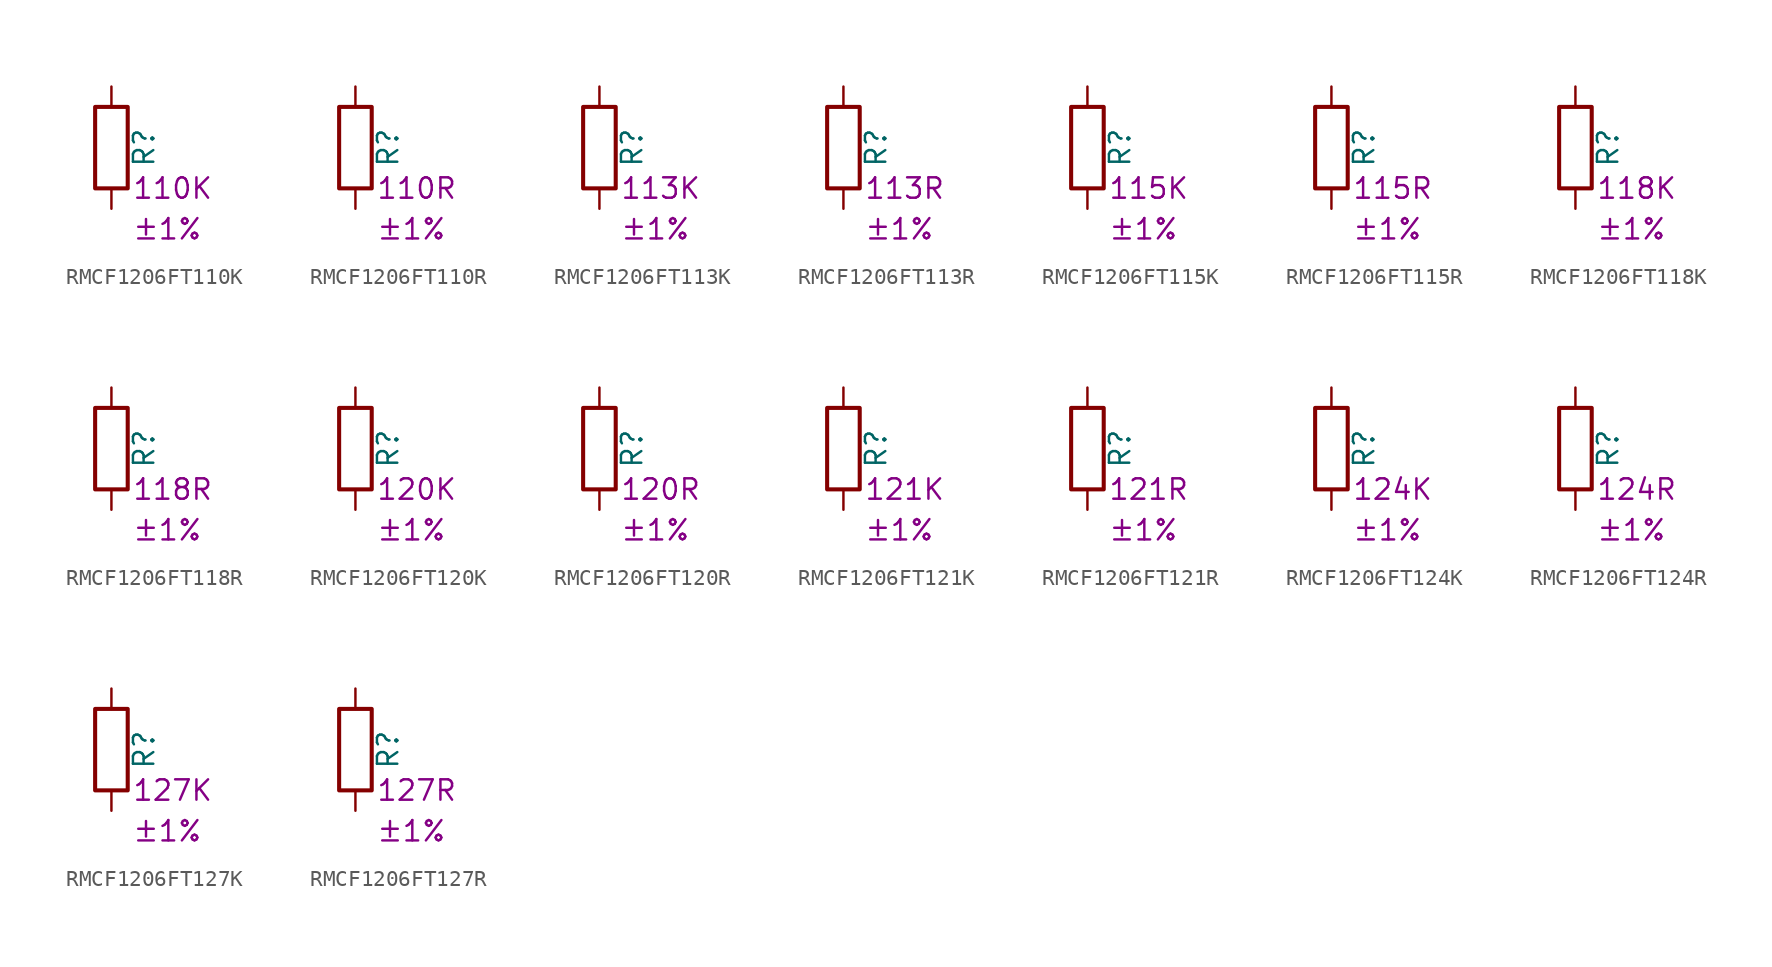
<source format=kicad_sym>
(kicad_symbol_lib
  (version 20220914)
  (generator kicad_symbol_editor)
  (symbol "RMCF1206FT110K"
    (pin_numbers hide)
    (pin_names
      (offset 0))
    (property "Reference" "R"
      (at 2.032 0 90)
      (effects (font (size 1.27 1.27))))
    (property "Resistance" "110K"
      (at 1.27 -2.54 0)
      (effects (font (size 1.27 1.27)) (justify left)))
    (property "Tolerance" "±1%"
      (at 1.27 -5.08 0)
      (effects (font (size 1.27 1.27)) (justify left)))
    (symbol "RMCF1206FT110K_0_1"
      (rectangle (start -1.016 -2.54) (end 1.016 2.54) (stroke (width 0.254) (type default)) (fill (type none))))
    (symbol "RMCF1206FT110K_1_1"
      (pin passive line (at 0 3.81 270) (length 1.27) (name "~" (effects (font (size 1.27 1.27)))) (number "1" (effects (font (size 1.27 1.27)))))
      (pin passive line (at 0 -3.81 90) (length 1.27) (name "~" (effects (font (size 1.27 1.27)))) (number "2" (effects (font (size 1.27 1.27)))))))
  (symbol "RMCF1206FT110R"
    (pin_numbers hide)
    (pin_names
      (offset 0))
    (property "Reference" "R"
      (at 2.032 0 90)
      (effects (font (size 1.27 1.27))))
    (property "Resistance" "110R"
      (at 1.27 -2.54 0)
      (effects (font (size 1.27 1.27)) (justify left)))
    (property "Tolerance" "±1%"
      (at 1.27 -5.08 0)
      (effects (font (size 1.27 1.27)) (justify left)))
    (symbol "RMCF1206FT110R_0_1"
      (rectangle (start -1.016 -2.54) (end 1.016 2.54) (stroke (width 0.254) (type default)) (fill (type none))))
    (symbol "RMCF1206FT110R_1_1"
      (pin passive line (at 0 3.81 270) (length 1.27) (name "~" (effects (font (size 1.27 1.27)))) (number "1" (effects (font (size 1.27 1.27)))))
      (pin passive line (at 0 -3.81 90) (length 1.27) (name "~" (effects (font (size 1.27 1.27)))) (number "2" (effects (font (size 1.27 1.27)))))))
  (symbol "RMCF1206FT113K"
    (pin_numbers hide)
    (pin_names
      (offset 0))
    (property "Reference" "R"
      (at 2.032 0 90)
      (effects (font (size 1.27 1.27))))
    (property "Resistance" "113K"
      (at 1.27 -2.54 0)
      (effects (font (size 1.27 1.27)) (justify left)))
    (property "Tolerance" "±1%"
      (at 1.27 -5.08 0)
      (effects (font (size 1.27 1.27)) (justify left)))
    (symbol "RMCF1206FT113K_0_1"
      (rectangle (start -1.016 -2.54) (end 1.016 2.54) (stroke (width 0.254) (type default)) (fill (type none))))
    (symbol "RMCF1206FT113K_1_1"
      (pin passive line (at 0 3.81 270) (length 1.27) (name "~" (effects (font (size 1.27 1.27)))) (number "1" (effects (font (size 1.27 1.27)))))
      (pin passive line (at 0 -3.81 90) (length 1.27) (name "~" (effects (font (size 1.27 1.27)))) (number "2" (effects (font (size 1.27 1.27)))))))
  (symbol "RMCF1206FT113R"
    (pin_numbers hide)
    (pin_names
      (offset 0))
    (property "Reference" "R"
      (at 2.032 0 90)
      (effects (font (size 1.27 1.27))))
    (property "Resistance" "113R"
      (at 1.27 -2.54 0)
      (effects (font (size 1.27 1.27)) (justify left)))
    (property "Tolerance" "±1%"
      (at 1.27 -5.08 0)
      (effects (font (size 1.27 1.27)) (justify left)))
    (symbol "RMCF1206FT113R_0_1"
      (rectangle (start -1.016 -2.54) (end 1.016 2.54) (stroke (width 0.254) (type default)) (fill (type none))))
    (symbol "RMCF1206FT113R_1_1"
      (pin passive line (at 0 3.81 270) (length 1.27) (name "~" (effects (font (size 1.27 1.27)))) (number "1" (effects (font (size 1.27 1.27)))))
      (pin passive line (at 0 -3.81 90) (length 1.27) (name "~" (effects (font (size 1.27 1.27)))) (number "2" (effects (font (size 1.27 1.27)))))))
  (symbol "RMCF1206FT115K"
    (pin_numbers hide)
    (pin_names
      (offset 0))
    (property "Reference" "R"
      (at 2.032 0 90)
      (effects (font (size 1.27 1.27))))
    (property "Resistance" "115K"
      (at 1.27 -2.54 0)
      (effects (font (size 1.27 1.27)) (justify left)))
    (property "Tolerance" "±1%"
      (at 1.27 -5.08 0)
      (effects (font (size 1.27 1.27)) (justify left)))
    (symbol "RMCF1206FT115K_0_1"
      (rectangle (start -1.016 -2.54) (end 1.016 2.54) (stroke (width 0.254) (type default)) (fill (type none))))
    (symbol "RMCF1206FT115K_1_1"
      (pin passive line (at 0 3.81 270) (length 1.27) (name "~" (effects (font (size 1.27 1.27)))) (number "1" (effects (font (size 1.27 1.27)))))
      (pin passive line (at 0 -3.81 90) (length 1.27) (name "~" (effects (font (size 1.27 1.27)))) (number "2" (effects (font (size 1.27 1.27)))))))
  (symbol "RMCF1206FT115R"
    (pin_numbers hide)
    (pin_names
      (offset 0))
    (property "Reference" "R"
      (at 2.032 0 90)
      (effects (font (size 1.27 1.27))))
    (property "Resistance" "115R"
      (at 1.27 -2.54 0)
      (effects (font (size 1.27 1.27)) (justify left)))
    (property "Tolerance" "±1%"
      (at 1.27 -5.08 0)
      (effects (font (size 1.27 1.27)) (justify left)))
    (symbol "RMCF1206FT115R_0_1"
      (rectangle (start -1.016 -2.54) (end 1.016 2.54) (stroke (width 0.254) (type default)) (fill (type none))))
    (symbol "RMCF1206FT115R_1_1"
      (pin passive line (at 0 3.81 270) (length 1.27) (name "~" (effects (font (size 1.27 1.27)))) (number "1" (effects (font (size 1.27 1.27)))))
      (pin passive line (at 0 -3.81 90) (length 1.27) (name "~" (effects (font (size 1.27 1.27)))) (number "2" (effects (font (size 1.27 1.27)))))))
  (symbol "RMCF1206FT118K"
    (pin_numbers hide)
    (pin_names
      (offset 0))
    (property "Reference" "R"
      (at 2.032 0 90)
      (effects (font (size 1.27 1.27))))
    (property "Resistance" "118K"
      (at 1.27 -2.54 0)
      (effects (font (size 1.27 1.27)) (justify left)))
    (property "Tolerance" "±1%"
      (at 1.27 -5.08 0)
      (effects (font (size 1.27 1.27)) (justify left)))
    (symbol "RMCF1206FT118K_0_1"
      (rectangle (start -1.016 -2.54) (end 1.016 2.54) (stroke (width 0.254) (type default)) (fill (type none))))
    (symbol "RMCF1206FT118K_1_1"
      (pin passive line (at 0 3.81 270) (length 1.27) (name "~" (effects (font (size 1.27 1.27)))) (number "1" (effects (font (size 1.27 1.27)))))
      (pin passive line (at 0 -3.81 90) (length 1.27) (name "~" (effects (font (size 1.27 1.27)))) (number "2" (effects (font (size 1.27 1.27)))))))
  (symbol "RMCF1206FT118R"
    (pin_numbers hide)
    (pin_names
      (offset 0))
    (property "Reference" "R"
      (at 2.032 0 90)
      (effects (font (size 1.27 1.27))))
    (property "Resistance" "118R"
      (at 1.27 -2.54 0)
      (effects (font (size 1.27 1.27)) (justify left)))
    (property "Tolerance" "±1%"
      (at 1.27 -5.08 0)
      (effects (font (size 1.27 1.27)) (justify left)))
    (symbol "RMCF1206FT118R_0_1"
      (rectangle (start -1.016 -2.54) (end 1.016 2.54) (stroke (width 0.254) (type default)) (fill (type none))))
    (symbol "RMCF1206FT118R_1_1"
      (pin passive line (at 0 3.81 270) (length 1.27) (name "~" (effects (font (size 1.27 1.27)))) (number "1" (effects (font (size 1.27 1.27)))))
      (pin passive line (at 0 -3.81 90) (length 1.27) (name "~" (effects (font (size 1.27 1.27)))) (number "2" (effects (font (size 1.27 1.27)))))))
  (symbol "RMCF1206FT120K"
    (pin_numbers hide)
    (pin_names
      (offset 0))
    (property "Reference" "R"
      (at 2.032 0 90)
      (effects (font (size 1.27 1.27))))
    (property "Resistance" "120K"
      (at 1.27 -2.54 0)
      (effects (font (size 1.27 1.27)) (justify left)))
    (property "Tolerance" "±1%"
      (at 1.27 -5.08 0)
      (effects (font (size 1.27 1.27)) (justify left)))
    (symbol "RMCF1206FT120K_0_1"
      (rectangle (start -1.016 -2.54) (end 1.016 2.54) (stroke (width 0.254) (type default)) (fill (type none))))
    (symbol "RMCF1206FT120K_1_1"
      (pin passive line (at 0 3.81 270) (length 1.27) (name "~" (effects (font (size 1.27 1.27)))) (number "1" (effects (font (size 1.27 1.27)))))
      (pin passive line (at 0 -3.81 90) (length 1.27) (name "~" (effects (font (size 1.27 1.27)))) (number "2" (effects (font (size 1.27 1.27)))))))
  (symbol "RMCF1206FT120R"
    (pin_numbers hide)
    (pin_names
      (offset 0))
    (property "Reference" "R"
      (at 2.032 0 90)
      (effects (font (size 1.27 1.27))))
    (property "Resistance" "120R"
      (at 1.27 -2.54 0)
      (effects (font (size 1.27 1.27)) (justify left)))
    (property "Tolerance" "±1%"
      (at 1.27 -5.08 0)
      (effects (font (size 1.27 1.27)) (justify left)))
    (symbol "RMCF1206FT120R_0_1"
      (rectangle (start -1.016 -2.54) (end 1.016 2.54) (stroke (width 0.254) (type default)) (fill (type none))))
    (symbol "RMCF1206FT120R_1_1"
      (pin passive line (at 0 3.81 270) (length 1.27) (name "~" (effects (font (size 1.27 1.27)))) (number "1" (effects (font (size 1.27 1.27)))))
      (pin passive line (at 0 -3.81 90) (length 1.27) (name "~" (effects (font (size 1.27 1.27)))) (number "2" (effects (font (size 1.27 1.27)))))))
  (symbol "RMCF1206FT121K"
    (pin_numbers hide)
    (pin_names
      (offset 0))
    (property "Reference" "R"
      (at 2.032 0 90)
      (effects (font (size 1.27 1.27))))
    (property "Resistance" "121K"
      (at 1.27 -2.54 0)
      (effects (font (size 1.27 1.27)) (justify left)))
    (property "Tolerance" "±1%"
      (at 1.27 -5.08 0)
      (effects (font (size 1.27 1.27)) (justify left)))
    (symbol "RMCF1206FT121K_0_1"
      (rectangle (start -1.016 -2.54) (end 1.016 2.54) (stroke (width 0.254) (type default)) (fill (type none))))
    (symbol "RMCF1206FT121K_1_1"
      (pin passive line (at 0 3.81 270) (length 1.27) (name "~" (effects (font (size 1.27 1.27)))) (number "1" (effects (font (size 1.27 1.27)))))
      (pin passive line (at 0 -3.81 90) (length 1.27) (name "~" (effects (font (size 1.27 1.27)))) (number "2" (effects (font (size 1.27 1.27)))))))
  (symbol "RMCF1206FT121R"
    (pin_numbers hide)
    (pin_names
      (offset 0))
    (property "Reference" "R"
      (at 2.032 0 90)
      (effects (font (size 1.27 1.27))))
    (property "Resistance" "121R"
      (at 1.27 -2.54 0)
      (effects (font (size 1.27 1.27)) (justify left)))
    (property "Tolerance" "±1%"
      (at 1.27 -5.08 0)
      (effects (font (size 1.27 1.27)) (justify left)))
    (symbol "RMCF1206FT121R_0_1"
      (rectangle (start -1.016 -2.54) (end 1.016 2.54) (stroke (width 0.254) (type default)) (fill (type none))))
    (symbol "RMCF1206FT121R_1_1"
      (pin passive line (at 0 3.81 270) (length 1.27) (name "~" (effects (font (size 1.27 1.27)))) (number "1" (effects (font (size 1.27 1.27)))))
      (pin passive line (at 0 -3.81 90) (length 1.27) (name "~" (effects (font (size 1.27 1.27)))) (number "2" (effects (font (size 1.27 1.27)))))))
  (symbol "RMCF1206FT124K"
    (pin_numbers hide)
    (pin_names
      (offset 0))
    (property "Reference" "R"
      (at 2.032 0 90)
      (effects (font (size 1.27 1.27))))
    (property "Resistance" "124K"
      (at 1.27 -2.54 0)
      (effects (font (size 1.27 1.27)) (justify left)))
    (property "Tolerance" "±1%"
      (at 1.27 -5.08 0)
      (effects (font (size 1.27 1.27)) (justify left)))
    (symbol "RMCF1206FT124K_0_1"
      (rectangle (start -1.016 -2.54) (end 1.016 2.54) (stroke (width 0.254) (type default)) (fill (type none))))
    (symbol "RMCF1206FT124K_1_1"
      (pin passive line (at 0 3.81 270) (length 1.27) (name "~" (effects (font (size 1.27 1.27)))) (number "1" (effects (font (size 1.27 1.27)))))
      (pin passive line (at 0 -3.81 90) (length 1.27) (name "~" (effects (font (size 1.27 1.27)))) (number "2" (effects (font (size 1.27 1.27)))))))
  (symbol "RMCF1206FT124R"
    (pin_numbers hide)
    (pin_names
      (offset 0))
    (property "Reference" "R"
      (at 2.032 0 90)
      (effects (font (size 1.27 1.27))))
    (property "Resistance" "124R"
      (at 1.27 -2.54 0)
      (effects (font (size 1.27 1.27)) (justify left)))
    (property "Tolerance" "±1%"
      (at 1.27 -5.08 0)
      (effects (font (size 1.27 1.27)) (justify left)))
    (symbol "RMCF1206FT124R_0_1"
      (rectangle (start -1.016 -2.54) (end 1.016 2.54) (stroke (width 0.254) (type default)) (fill (type none))))
    (symbol "RMCF1206FT124R_1_1"
      (pin passive line (at 0 3.81 270) (length 1.27) (name "~" (effects (font (size 1.27 1.27)))) (number "1" (effects (font (size 1.27 1.27)))))
      (pin passive line (at 0 -3.81 90) (length 1.27) (name "~" (effects (font (size 1.27 1.27)))) (number "2" (effects (font (size 1.27 1.27)))))))
  (symbol "RMCF1206FT127K"
    (pin_numbers hide)
    (pin_names
      (offset 0))
    (property "Reference" "R"
      (at 2.032 0 90)
      (effects (font (size 1.27 1.27))))
    (property "Resistance" "127K"
      (at 1.27 -2.54 0)
      (effects (font (size 1.27 1.27)) (justify left)))
    (property "Tolerance" "±1%"
      (at 1.27 -5.08 0)
      (effects (font (size 1.27 1.27)) (justify left)))
    (symbol "RMCF1206FT127K_0_1"
      (rectangle (start -1.016 -2.54) (end 1.016 2.54) (stroke (width 0.254) (type default)) (fill (type none))))
    (symbol "RMCF1206FT127K_1_1"
      (pin passive line (at 0 3.81 270) (length 1.27) (name "~" (effects (font (size 1.27 1.27)))) (number "1" (effects (font (size 1.27 1.27)))))
      (pin passive line (at 0 -3.81 90) (length 1.27) (name "~" (effects (font (size 1.27 1.27)))) (number "2" (effects (font (size 1.27 1.27)))))))
  (symbol "RMCF1206FT127R"
    (pin_numbers hide)
    (pin_names
      (offset 0))
    (property "Reference" "R"
      (at 2.032 0 90)
      (effects (font (size 1.27 1.27))))
    (property "Resistance" "127R"
      (at 1.27 -2.54 0)
      (effects (font (size 1.27 1.27)) (justify left)))
    (property "Tolerance" "±1%"
      (at 1.27 -5.08 0)
      (effects (font (size 1.27 1.27)) (justify left)))
    (symbol "RMCF1206FT127R_0_1"
      (rectangle (start -1.016 -2.54) (end 1.016 2.54) (stroke (width 0.254) (type default)) (fill (type none))))
    (symbol "RMCF1206FT127R_1_1"
      (pin passive line (at 0 3.81 270) (length 1.27) (name "~" (effects (font (size 1.27 1.27)))) (number "1" (effects (font (size 1.27 1.27)))))
      (pin passive line (at 0 -3.81 90) (length 1.27) (name "~" (effects (font (size 1.27 1.27)))) (number "2" (effects (font (size 1.27 1.27))))))))
</source>
